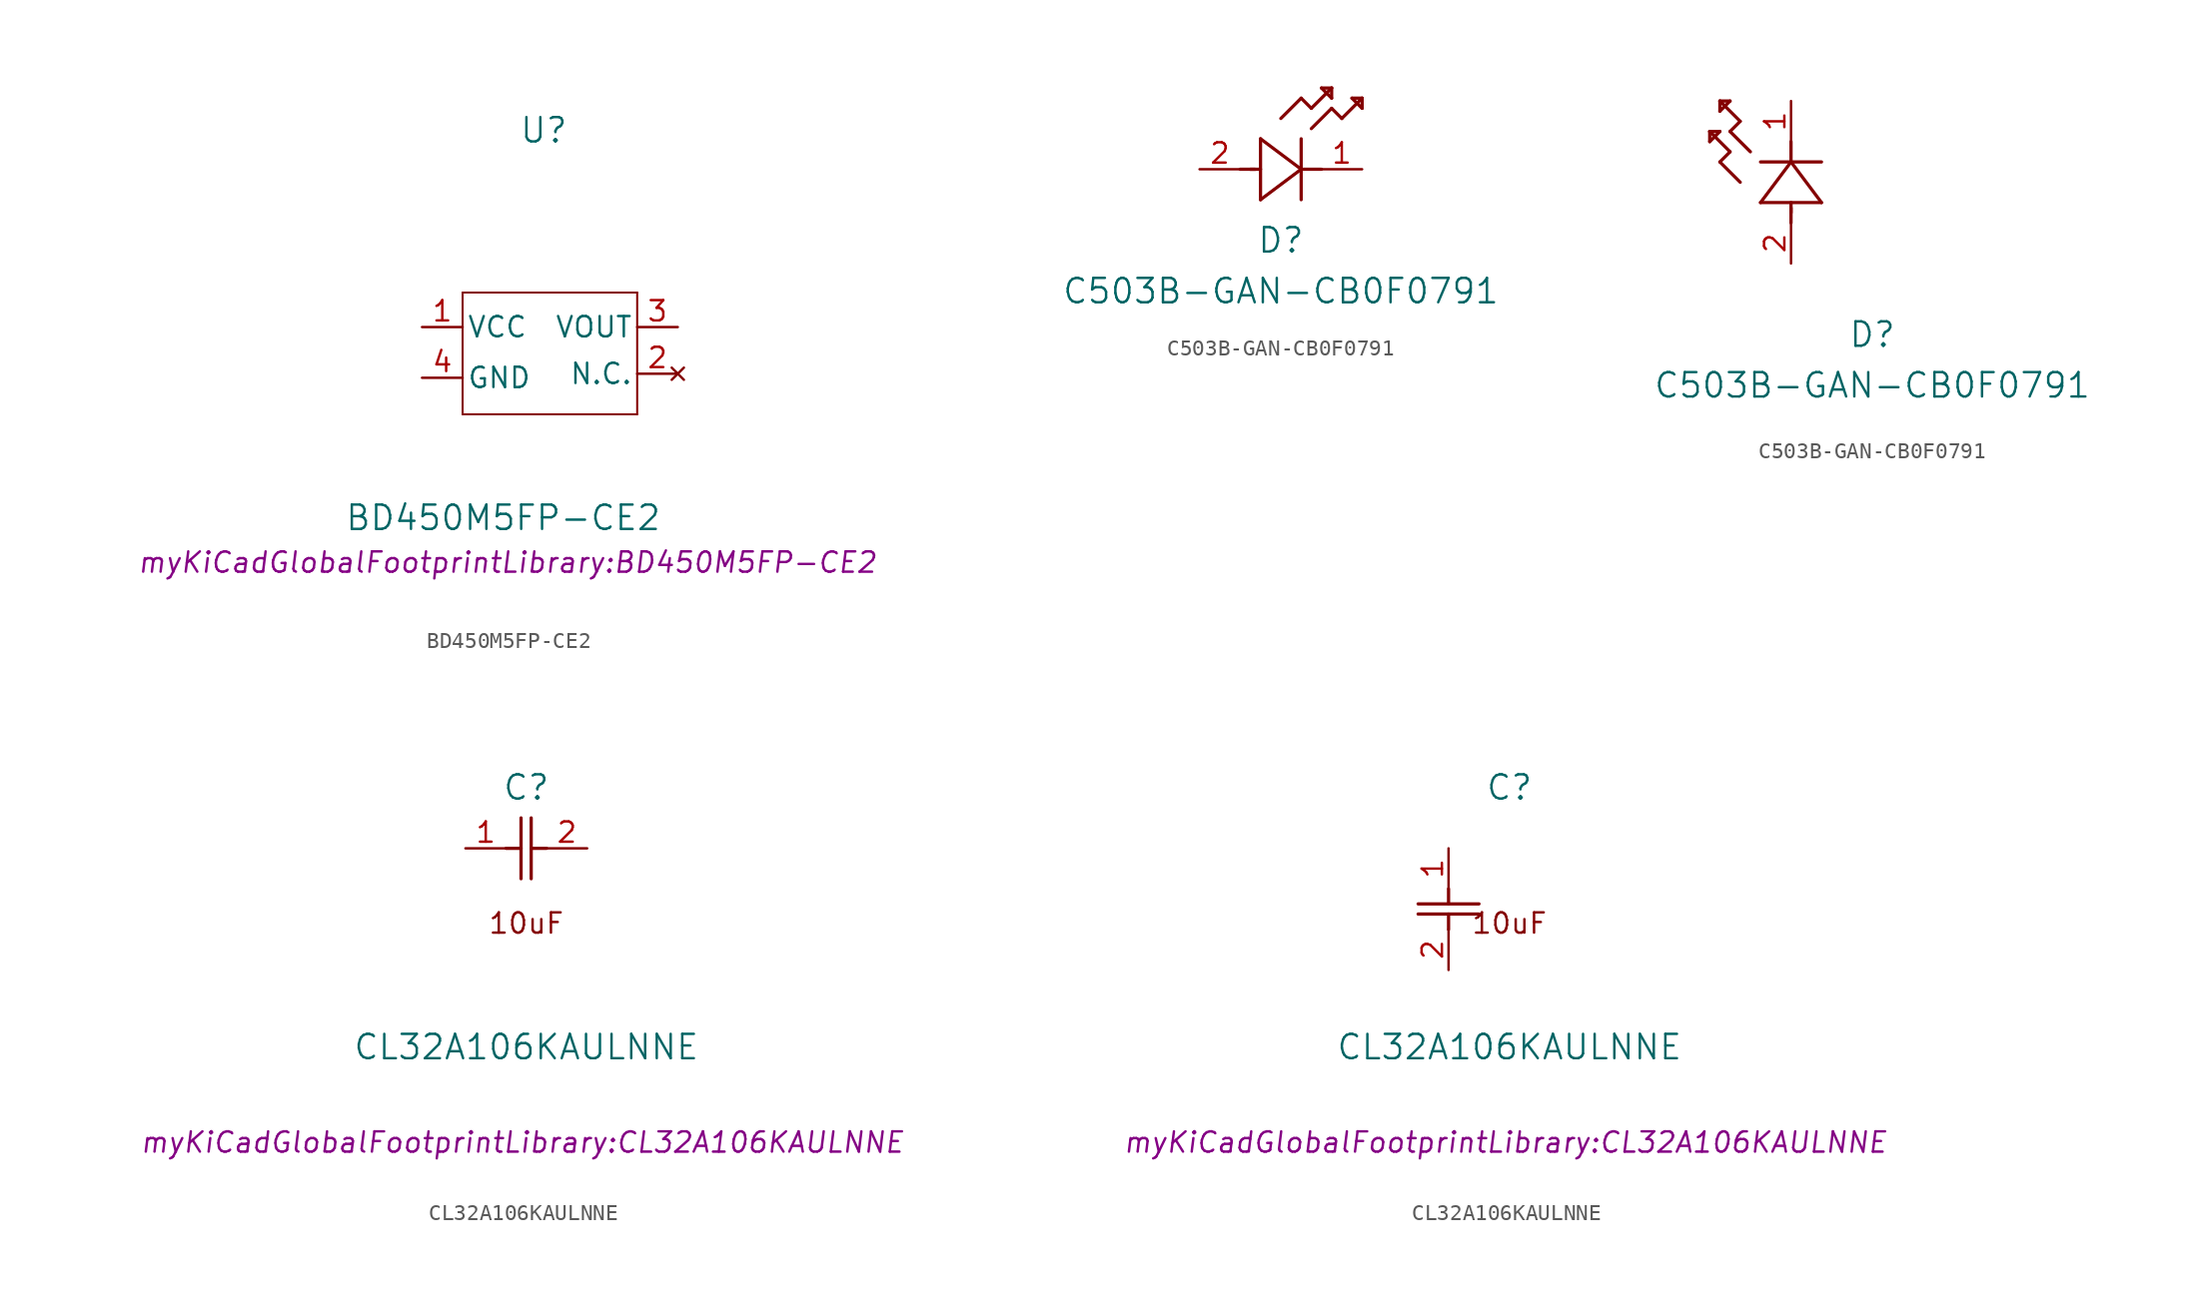
<source format=kicad_sym>
(kicad_symbol_lib
  (version 20211014)
  (generator kicad_symbol_editor)
  (symbol "BD450M5FP-CE2"
    (pin_names
      (offset 0.254))
    (property "Reference" "U"
      (at 20.32 10.16 0)
      (effects (font (size 1.524 1.524))))
    (property "Value" "BD450M5FP-CE2"
      (at 17.78 -14.097 0)
      (effects (font (size 1.524 1.524))))
    (property "Footprint" "myKiCadGlobalFootprintLibrary:BD450M5FP-CE2"
      (at 18.034 -16.891 0)
      (effects (font (size 1.27 1.27) italic)))
    (symbol "BD450M5FP-CE2_0_1"
      (polyline (pts (xy 15.24 -7.62) (xy 26.162 -7.62)) (stroke (width 0.127) (type default) (color 0 0 0 0)) (fill (type none)))
      (polyline (pts (xy 15.24 0) (xy 15.24 -7.62)) (stroke (width 0.127) (type default) (color 0 0 0 0)) (fill (type none)))
      (polyline (pts (xy 26.162 -7.62) (xy 26.162 0)) (stroke (width 0.127) (type default) (color 0 0 0 0)) (fill (type none)))
      (polyline (pts (xy 26.162 0) (xy 15.24 0)) (stroke (width 0.127) (type default) (color 0 0 0 0)) (fill (type none)))
      (pin power_in line (at 12.7 -2.159 0) (length 2.54) (name "VCC" (effects (font (size 1.27 1.27)))) (number "1" (effects (font (size 1.27 1.27)))))
      (pin no_connect line (at 28.702 -5.08 180) (length 2.54) (name "N.C." (effects (font (size 1.27 1.27)))) (number "2" (effects (font (size 1.27 1.27)))))
      (pin output line (at 28.702 -2.159 180) (length 2.54) (name "VOUT" (effects (font (size 1.27 1.27)))) (number "3" (effects (font (size 1.27 1.27))))))
    (symbol "BD450M5FP-CE2_1_1"
      (pin output line (at 12.7 -5.334 0) (length 2.54) (name "GND" (effects (font (size 1.27 1.27)))) (number "4" (effects (font (size 1.27 1.27)))))))
  (symbol "C503B-GAN-CB0F0791"
    (pin_names
      (offset 0.254))
    (property "Reference" "D"
      (at 5.08 -4.445 0)
      (effects (font (size 1.524 1.524))))
    (property "Value" "C503B-GAN-CB0F0791"
      (at 5.08 -7.62 0)
      (effects (font (size 1.524 1.524))))
    (property "ki_locked" ""
      (at 0 0 0)
      (effects (font (size 1.27 1.27))))
    (symbol "C503B-GAN-CB0F0791_1_1"
      (polyline (pts (xy 2.54 0) (xy 3.48 0)) (stroke (width 0.203) (type default) (color 0 0 0 0)) (fill (type none)))
      (polyline (pts (xy 3.175 0) (xy 3.81 0)) (stroke (width 0.203) (type default) (color 0 0 0 0)) (fill (type none)))
      (polyline (pts (xy 3.81 -1.905) (xy 6.35 0)) (stroke (width 0.203) (type default) (color 0 0 0 0)) (fill (type none)))
      (polyline (pts (xy 3.81 1.905) (xy 3.81 -1.905)) (stroke (width 0.203) (type default) (color 0 0 0 0)) (fill (type none)))
      (polyline (pts (xy 5.08 3.175) (xy 6.35 4.445)) (stroke (width 0.203) (type default) (color 0 0 0 0)) (fill (type none)))
      (polyline (pts (xy 6.35 -1.905) (xy 6.35 1.905)) (stroke (width 0.203) (type default) (color 0 0 0 0)) (fill (type none)))
      (polyline (pts (xy 6.35 0) (xy 3.81 1.905)) (stroke (width 0.203) (type default) (color 0 0 0 0)) (fill (type none)))
      (polyline (pts (xy 6.35 0) (xy 7.62 0)) (stroke (width 0.203) (type default) (color 0 0 0 0)) (fill (type none)))
      (polyline (pts (xy 6.35 4.445) (xy 6.985 3.81)) (stroke (width 0.203) (type default) (color 0 0 0 0)) (fill (type none)))
      (polyline (pts (xy 6.985 2.54) (xy 8.255 3.81)) (stroke (width 0.203) (type default) (color 0 0 0 0)) (fill (type none)))
      (polyline (pts (xy 6.985 3.81) (xy 8.255 5.08)) (stroke (width 0.203) (type default) (color 0 0 0 0)) (fill (type none)))
      (polyline (pts (xy 7.62 5.08) (xy 8.255 4.445)) (stroke (width 0.203) (type default) (color 0 0 0 0)) (fill (type none)))
      (polyline (pts (xy 8.255 3.81) (xy 8.89 3.175)) (stroke (width 0.203) (type default) (color 0 0 0 0)) (fill (type none)))
      (polyline (pts (xy 8.255 4.445) (xy 8.255 5.08)) (stroke (width 0.203) (type default) (color 0 0 0 0)) (fill (type none)))
      (polyline (pts (xy 8.255 5.08) (xy 7.62 5.08)) (stroke (width 0.203) (type default) (color 0 0 0 0)) (fill (type none)))
      (polyline (pts (xy 8.89 3.175) (xy 10.16 4.445)) (stroke (width 0.203) (type default) (color 0 0 0 0)) (fill (type none)))
      (polyline (pts (xy 9.525 4.445) (xy 10.16 3.81)) (stroke (width 0.203) (type default) (color 0 0 0 0)) (fill (type none)))
      (polyline (pts (xy 10.16 3.81) (xy 10.16 4.445)) (stroke (width 0.203) (type default) (color 0 0 0 0)) (fill (type none)))
      (polyline (pts (xy 10.16 4.445) (xy 9.525 4.445)) (stroke (width 0.203) (type default) (color 0 0 0 0)) (fill (type none)))
      (pin unspecified line (at 10.16 0 180) (length 2.54) (name "" (effects (font (size 1.27 1.27)))) (number "1" (effects (font (size 1.27 1.27)))))
      (pin unspecified line (at 0 0 0) (length 2.54) (name "" (effects (font (size 1.27 1.27)))) (number "2" (effects (font (size 1.27 1.27))))))
    (symbol "C503B-GAN-CB0F0791_1_2"
      (polyline (pts (xy -5.08 7.62) (xy -4.445 8.255)) (stroke (width 0.203) (type default) (color 0 0 0 0)) (fill (type none)))
      (polyline (pts (xy -5.08 8.255) (xy -5.08 7.62)) (stroke (width 0.203) (type default) (color 0 0 0 0)) (fill (type none)))
      (polyline (pts (xy -4.445 6.35) (xy -3.81 6.985)) (stroke (width 0.203) (type default) (color 0 0 0 0)) (fill (type none)))
      (polyline (pts (xy -4.445 8.255) (xy -5.08 8.255)) (stroke (width 0.203) (type default) (color 0 0 0 0)) (fill (type none)))
      (polyline (pts (xy -4.445 9.525) (xy -3.81 10.16)) (stroke (width 0.203) (type default) (color 0 0 0 0)) (fill (type none)))
      (polyline (pts (xy -4.445 10.16) (xy -4.445 9.525)) (stroke (width 0.203) (type default) (color 0 0 0 0)) (fill (type none)))
      (polyline (pts (xy -3.81 6.985) (xy -5.08 8.255)) (stroke (width 0.203) (type default) (color 0 0 0 0)) (fill (type none)))
      (polyline (pts (xy -3.81 8.255) (xy -3.175 8.89)) (stroke (width 0.203) (type default) (color 0 0 0 0)) (fill (type none)))
      (polyline (pts (xy -3.81 10.16) (xy -4.445 10.16)) (stroke (width 0.203) (type default) (color 0 0 0 0)) (fill (type none)))
      (polyline (pts (xy -3.175 5.08) (xy -4.445 6.35)) (stroke (width 0.203) (type default) (color 0 0 0 0)) (fill (type none)))
      (polyline (pts (xy -3.175 8.89) (xy -4.445 10.16)) (stroke (width 0.203) (type default) (color 0 0 0 0)) (fill (type none)))
      (polyline (pts (xy -2.54 6.985) (xy -3.81 8.255)) (stroke (width 0.203) (type default) (color 0 0 0 0)) (fill (type none)))
      (polyline (pts (xy -1.905 3.81) (xy 1.905 3.81)) (stroke (width 0.203) (type default) (color 0 0 0 0)) (fill (type none)))
      (polyline (pts (xy 0 2.54) (xy 0 3.48)) (stroke (width 0.203) (type default) (color 0 0 0 0)) (fill (type none)))
      (polyline (pts (xy 0 3.175) (xy 0 3.81)) (stroke (width 0.203) (type default) (color 0 0 0 0)) (fill (type none)))
      (polyline (pts (xy 0 6.35) (xy -1.905 3.81)) (stroke (width 0.203) (type default) (color 0 0 0 0)) (fill (type none)))
      (polyline (pts (xy 0 6.35) (xy 0 7.62)) (stroke (width 0.203) (type default) (color 0 0 0 0)) (fill (type none)))
      (polyline (pts (xy 1.905 3.81) (xy 0 6.35)) (stroke (width 0.203) (type default) (color 0 0 0 0)) (fill (type none)))
      (polyline (pts (xy 1.905 6.35) (xy -1.905 6.35)) (stroke (width 0.203) (type default) (color 0 0 0 0)) (fill (type none)))
      (pin unspecified line (at 0 10.16 270) (length 2.54) (name "" (effects (font (size 1.27 1.27)))) (number "1" (effects (font (size 1.27 1.27)))))
      (pin unspecified line (at 0 0 90) (length 2.54) (name "" (effects (font (size 1.27 1.27)))) (number "2" (effects (font (size 1.27 1.27)))))))
  (symbol "CL32A106KAULNNE"
    (pin_names
      (offset 0.254))
    (property "Reference" "C"
      (at 3.81 3.81 0)
      (effects (font (size 1.524 1.524))))
    (property "Value" "CL32A106KAULNNE"
      (at 3.81 -12.446 0)
      (effects (font (size 1.524 1.524))))
    (property "Footprint" "myKiCadGlobalFootprintLibrary:CL32A106KAULNNE"
      (at 3.556 -18.415 0)
      (effects (font (size 1.27 1.27) italic)))
    (symbol "CL32A106KAULNNE_0_0"
      (text "10uF" (at 3.81 -4.699 0) (effects (font (size 1.27 1.27)))))
    (symbol "CL32A106KAULNNE_1_1"
      (polyline (pts (xy 2.54 0) (xy 3.48 0)) (stroke (width 0.203) (type default) (color 0 0 0 0)) (fill (type none)))
      (polyline (pts (xy 3.48 -1.905) (xy 3.48 1.905)) (stroke (width 0.203) (type default) (color 0 0 0 0)) (fill (type none)))
      (polyline (pts (xy 4.115 -1.905) (xy 4.115 1.905)) (stroke (width 0.203) (type default) (color 0 0 0 0)) (fill (type none)))
      (polyline (pts (xy 4.115 0) (xy 5.08 0)) (stroke (width 0.203) (type default) (color 0 0 0 0)) (fill (type none)))
      (pin unspecified line (at 0 0 0) (length 2.54) (name "" (effects (font (size 1.27 1.27)))) (number "1" (effects (font (size 1.27 1.27)))))
      (pin unspecified line (at 7.62 0 180) (length 2.54) (name "" (effects (font (size 1.27 1.27)))) (number "2" (effects (font (size 1.27 1.27))))))
    (symbol "CL32A106KAULNNE_1_2"
      (polyline (pts (xy -1.905 -4.115) (xy 1.905 -4.115)) (stroke (width 0.203) (type default) (color 0 0 0 0)) (fill (type none)))
      (polyline (pts (xy -1.905 -3.48) (xy 1.905 -3.48)) (stroke (width 0.203) (type default) (color 0 0 0 0)) (fill (type none)))
      (polyline (pts (xy 0 -4.115) (xy 0 -5.08)) (stroke (width 0.203) (type default) (color 0 0 0 0)) (fill (type none)))
      (polyline (pts (xy 0 -2.54) (xy 0 -3.48)) (stroke (width 0.203) (type default) (color 0 0 0 0)) (fill (type none)))
      (pin unspecified line (at 0 0 270) (length 2.54) (name "" (effects (font (size 1.27 1.27)))) (number "1" (effects (font (size 1.27 1.27)))))
      (pin unspecified line (at 0 -7.62 90) (length 2.54) (name "" (effects (font (size 1.27 1.27)))) (number "2" (effects (font (size 1.27 1.27))))))))
</source>
